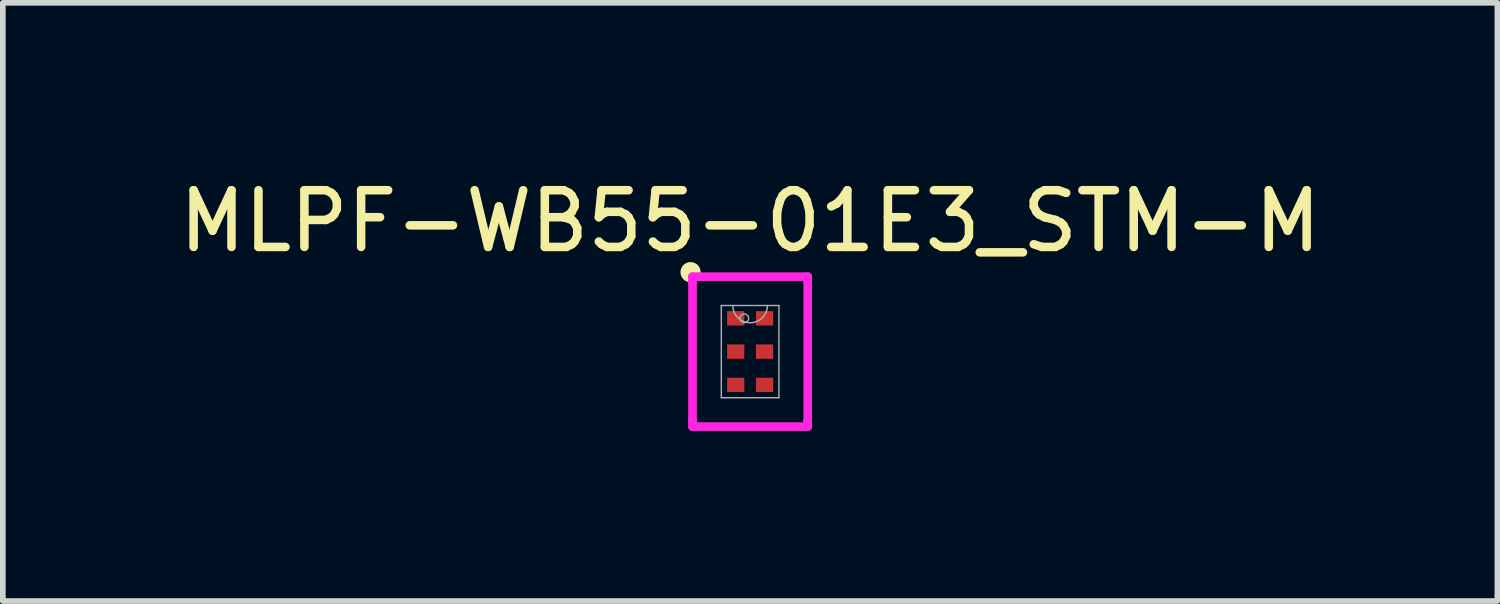
<source format=kicad_pcb>
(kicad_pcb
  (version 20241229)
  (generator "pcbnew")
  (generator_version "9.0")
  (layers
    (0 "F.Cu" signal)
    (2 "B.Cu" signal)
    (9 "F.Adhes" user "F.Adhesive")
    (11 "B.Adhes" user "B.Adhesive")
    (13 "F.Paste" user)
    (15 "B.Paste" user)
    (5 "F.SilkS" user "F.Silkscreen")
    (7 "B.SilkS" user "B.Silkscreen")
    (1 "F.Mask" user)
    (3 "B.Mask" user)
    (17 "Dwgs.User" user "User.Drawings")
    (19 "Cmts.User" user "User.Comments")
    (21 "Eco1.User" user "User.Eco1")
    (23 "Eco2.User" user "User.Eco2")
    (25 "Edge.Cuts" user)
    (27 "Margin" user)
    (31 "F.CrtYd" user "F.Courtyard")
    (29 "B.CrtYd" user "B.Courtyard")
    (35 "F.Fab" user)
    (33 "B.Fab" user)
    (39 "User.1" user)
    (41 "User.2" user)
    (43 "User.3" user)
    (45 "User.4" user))
  (footprint "MLPF-WB55-01E3_STM-M"
    (layer "F.Cu")
    (at 10.173 3.148)
    (property "Reference" "MLPF-WB55-01E3_STM-M" (at 0 -2.3 0) (unlocked yes) (layer "F.SilkS") (effects (font (size 1 1) (thickness 0.15))))
    (attr smd)
    (fp_circle (center -1.05 -1.4) (end -0.948 -1.4) (stroke (width 0.152) (type solid)) (fill yes) (layer "F.SilkS"))
    (fp_line (start -1.016 -1.321) (end 1.016 -1.321) (stroke (width 0.152) (type solid)) (layer "F.CrtYd"))
    (fp_line (start -1.016 -1.222) (end -1.016 -1.321) (stroke (width 0.152) (type solid)) (layer "F.CrtYd"))
    (fp_line (start -1.016 -1.222) (end -1.016 -1.222) (stroke (width 0.152) (type solid)) (layer "F.CrtYd"))
    (fp_line (start -1.016 1.222) (end -1.016 -1.222) (stroke (width 0.152) (type solid)) (layer "F.CrtYd"))
    (fp_line (start -1.016 1.222) (end -1.016 1.222) (stroke (width 0.152) (type solid)) (layer "F.CrtYd"))
    (fp_line (start -1.016 1.321) (end -1.016 1.222) (stroke (width 0.152) (type solid)) (layer "F.CrtYd"))
    (fp_line (start 1.016 -1.321) (end 1.016 -1.222) (stroke (width 0.152) (type solid)) (layer "F.CrtYd"))
    (fp_line (start 1.016 -1.222) (end 1.016 -1.222) (stroke (width 0.152) (type solid)) (layer "F.CrtYd"))
    (fp_line (start 1.016 -1.222) (end 1.016 1.222) (stroke (width 0.152) (type solid)) (layer "F.CrtYd"))
    (fp_line (start 1.016 1.222) (end 1.016 1.222) (stroke (width 0.152) (type solid)) (layer "F.CrtYd"))
    (fp_line (start 1.016 1.222) (end 1.016 1.321) (stroke (width 0.152) (type solid)) (layer "F.CrtYd"))
    (fp_line (start 1.016 1.321) (end -1.016 1.321) (stroke (width 0.152) (type solid)) (layer "F.CrtYd"))
    (fp_line (start -0.508 -0.813) (end -0.508 0.813) (stroke (width 0.025) (type solid)) (layer "F.Fab"))
    (fp_line (start -0.508 0.813) (end 0.508 0.813) (stroke (width 0.025) (type solid)) (layer "F.Fab"))
    (fp_line (start 0.508 -0.813) (end -0.508 -0.813) (stroke (width 0.025) (type solid)) (layer "F.Fab"))
    (fp_line (start 0.508 0.813) (end 0.508 -0.813) (stroke (width 0.025) (type solid)) (layer "F.Fab"))
    (fp_arc (start 0.3048 -0.8128) (mid 0 -0.508) (end -0.3048 -0.8128) (stroke (width 0.0254) (type solid)) (layer "F.Fab"))
    (fp_circle (center -0.102 -0.587) (end -0.026 -0.587) (stroke (width 0.025) (type solid)) (fill no) (layer "F.Fab"))
    (pad "1" smd rect (at -0.254 -0.587) (size 0.303 0.253) (layers "F.Cu" "F.Mask" "F.Paste"))
    (pad "2" smd rect (at -0.254 0) (size 0.303 0.253) (layers "F.Cu" "F.Mask" "F.Paste"))
    (pad "3" smd rect (at -0.254 0.587) (size 0.303 0.253) (layers "F.Cu" "F.Mask" "F.Paste"))
    (pad "4" smd rect (at 0.254 0.587) (size 0.303 0.253) (layers "F.Cu" "F.Mask" "F.Paste"))
    (pad "5" smd rect (at 0.254 0) (size 0.303 0.253) (layers "F.Cu" "F.Mask" "F.Paste"))
    (pad "6" smd rect (at 0.254 -0.587) (size 0.303 0.253) (layers "F.Cu" "F.Mask" "F.Paste")))
  (gr_rect
    (start -3 -3)
    (end 23.345 7.545)
    (stroke (width 0.1) (type default))
    (fill no)
    (layer "Edge.Cuts")))
</source>
